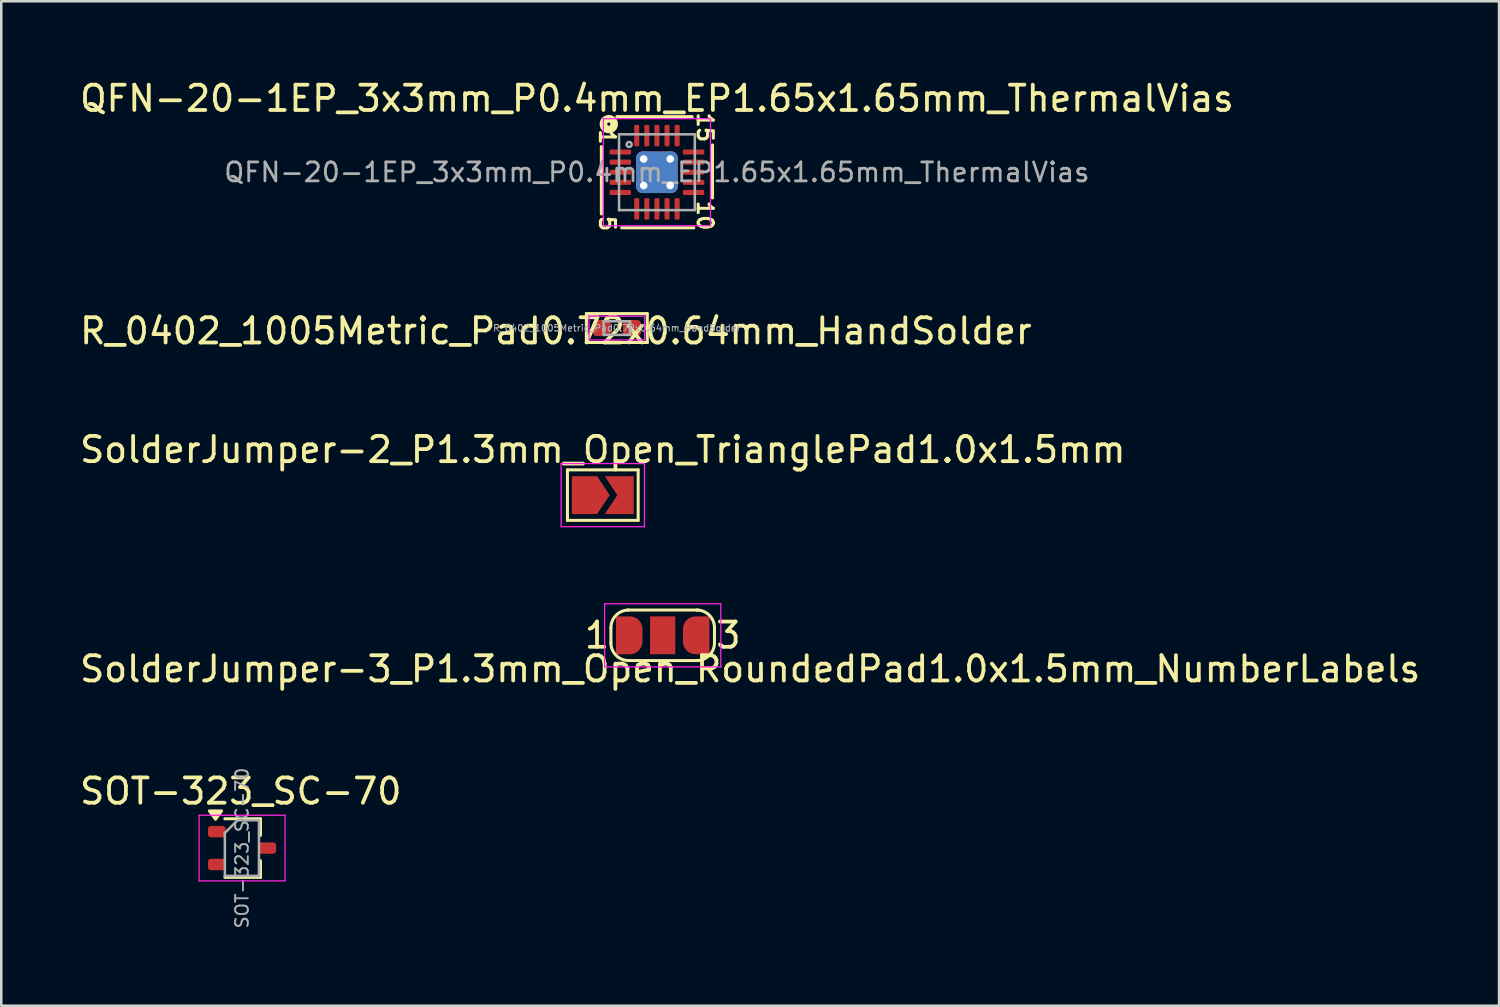
<source format=kicad_pcb>
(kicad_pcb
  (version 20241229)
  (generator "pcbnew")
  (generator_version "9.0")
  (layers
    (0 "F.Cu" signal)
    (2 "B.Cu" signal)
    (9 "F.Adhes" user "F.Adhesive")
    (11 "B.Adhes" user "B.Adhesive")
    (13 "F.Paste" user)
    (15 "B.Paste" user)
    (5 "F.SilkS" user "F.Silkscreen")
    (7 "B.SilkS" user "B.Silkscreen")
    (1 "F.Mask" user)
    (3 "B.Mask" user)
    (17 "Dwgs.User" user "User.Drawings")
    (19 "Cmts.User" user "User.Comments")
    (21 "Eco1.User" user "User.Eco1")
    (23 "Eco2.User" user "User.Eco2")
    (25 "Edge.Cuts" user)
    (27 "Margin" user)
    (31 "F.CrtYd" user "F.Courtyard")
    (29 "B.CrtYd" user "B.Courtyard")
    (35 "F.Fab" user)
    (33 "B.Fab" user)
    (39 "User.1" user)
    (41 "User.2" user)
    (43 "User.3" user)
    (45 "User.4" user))
  (footprint "SOT-323_SC-70"
    (layer "F.Cu")
    (at 6.532 30.525)
    (property "Reference" "SOT-323_SC-70" (at -0.05 -2.25 180) (layer "F.SilkS") (effects (font (size 1 1) (thickness 0.15))))
    (attr smd)
    (fp_line (start -0.68 -1.16) (end 0.73 -1.16) (stroke (width 0.12) (type solid)) (layer "F.SilkS"))
    (fp_line (start -0.68 1.16) (end 0.73 1.16) (stroke (width 0.12) (type solid)) (layer "F.SilkS"))
    (fp_line (start 0.73 -1.16) (end 0.73 -0.5) (stroke (width 0.12) (type solid)) (layer "F.SilkS"))
    (fp_line (start 0.73 0.5) (end 0.73 1.16) (stroke (width 0.12) (type solid)) (layer "F.SilkS"))
    (fp_poly (pts (xy -1.05 -1.14) (xy -1.29 -1.47) (xy -0.81 -1.47) (xy -1.05 -1.14)) (stroke (width 0.12) (type solid)) (fill yes) (layer "F.SilkS"))
    (fp_line (start -1.7 -1.3) (end 1.7 -1.3) (stroke (width 0.05) (type solid)) (layer "F.CrtYd"))
    (fp_line (start -1.7 1.3) (end -1.7 -1.3) (stroke (width 0.05) (type solid)) (layer "F.CrtYd"))
    (fp_line (start 1.7 -1.3) (end 1.7 1.3) (stroke (width 0.05) (type solid)) (layer "F.CrtYd"))
    (fp_line (start 1.7 1.3) (end -1.7 1.3) (stroke (width 0.05) (type solid)) (layer "F.CrtYd"))
    (fp_line (start -0.68 -0.6) (end -0.68 1.1) (stroke (width 0.1) (type solid)) (layer "F.Fab"))
    (fp_line (start -0.18 -1.1) (end -0.68 -0.6) (stroke (width 0.1) (type solid)) (layer "F.Fab"))
    (fp_line (start 0.67 -1.1) (end -0.18 -1.1) (stroke (width 0.1) (type solid)) (layer "F.Fab"))
    (fp_line (start 0.67 -1.1) (end 0.67 1.1) (stroke (width 0.1) (type solid)) (layer "F.Fab"))
    (fp_line (start 0.67 1.1) (end -0.68 1.1) (stroke (width 0.1) (type solid)) (layer "F.Fab"))
    (fp_text user "${REFERENCE}" (at 0 0 270) (layer "F.Fab") (effects (font (size 0.5 0.5) (thickness 0.075))))
    (pad "1" smd roundrect (at -1 -0.65 270) (size 0.45 0.7) (layers "F.Cu" "F.Mask" "F.Paste") (roundrect_rratio 0.25))
    (pad "2" smd roundrect (at -1 0.65 270) (size 0.45 0.7) (layers "F.Cu" "F.Mask" "F.Paste") (roundrect_rratio 0.25))
    (pad "3" smd roundrect (at 1 0 270) (size 0.45 0.7) (layers "F.Cu" "F.Mask" "F.Paste") (roundrect_rratio 0.25)))
  (footprint "SolderJumper-2_P1.3mm_Open_TrianglePad1.0x1.5mm"
    (layer "F.Cu")
    (at 20.815 16.552)
    (property "Reference" "SolderJumper-2_P1.3mm_Open_TrianglePad1.0x1.5mm" (at 0 -1.8 0) (layer "F.SilkS") (effects (font (size 1 1) (thickness 0.15))))
    (attr exclude_from_pos_files)
    (fp_line (start -1.4 -1) (end 1.4 -1) (stroke (width 0.12) (type solid)) (layer "F.SilkS"))
    (fp_line (start -1.4 1) (end -1.4 -1) (stroke (width 0.12) (type solid)) (layer "F.SilkS"))
    (fp_line (start 1.4 -1) (end 1.4 1) (stroke (width 0.12) (type solid)) (layer "F.SilkS"))
    (fp_line (start 1.4 1) (end -1.4 1) (stroke (width 0.12) (type solid)) (layer "F.SilkS"))
    (fp_line (start -1.65 -1.25) (end -1.65 1.25) (stroke (width 0.05) (type solid)) (layer "F.CrtYd"))
    (fp_line (start -1.65 -1.25) (end 1.65 -1.25) (stroke (width 0.05) (type solid)) (layer "F.CrtYd"))
    (fp_line (start 1.65 1.25) (end -1.65 1.25) (stroke (width 0.05) (type solid)) (layer "F.CrtYd"))
    (fp_line (start 1.65 1.25) (end 1.65 -1.25) (stroke (width 0.05) (type solid)) (layer "F.CrtYd"))
    (pad "1" smd custom (at -0.725 0) (size 0.3 0.3) (layers "F.Cu" "F.Mask") (options (anchor rect)) (primitives (gr_poly (pts (xy 1 0) (xy 0.5 0.75) (xy -0.5 0.75) (xy -0.5 -0.75) (xy 0.5 -0.75)) (width 0) (fill yes))))
    (pad "2" smd custom (at 0.725 0) (size 0.3 0.3) (layers "F.Cu" "F.Mask") (options (anchor rect)) (primitives (gr_poly (pts (xy 0.5 0.75) (xy -0.65 0.75) (xy -0.15 0) (xy -0.65 -0.75) (xy 0.5 -0.75)) (width 0) (fill yes)))))
  (footprint "QFN-20-1EP_3x3mm_P0.4mm_EP1.65x1.65mm_ThermalVias"
    (layer "F.Cu")
    (at 22.958 3.769)
    (property "Reference" "QFN-20-1EP_3x3mm_P0.4mm_EP1.65x1.65mm_ThermalVias" (at 0 -2.921 0) (layer "F.SilkS") (effects (font (size 1 1) (thickness 0.15))))
    (attr smd)
    (fp_line (start -2.2 -1.016) (end -2.2 1.651) (stroke (width 0.12) (type solid)) (layer "F.SilkS"))
    (fp_line (start -1.397 2.2) (end 1.46 2.2) (stroke (width 0.12) (type solid)) (layer "F.SilkS"))
    (fp_line (start 1.397 -2.2) (end -1.587 -2.2) (stroke (width 0.12) (type solid)) (layer "F.SilkS"))
    (fp_line (start 2.2 1.016) (end 2.2 -1.079) (stroke (width 0.12) (type solid)) (layer "F.SilkS"))
    (fp_circle (center -1.905 -1.905) (end -1.842 -1.905) (stroke (width 0.3) (type solid)) (fill no) (layer "F.SilkS"))
    (fp_line (start -2.12 -2.12) (end -2.12 2.12) (stroke (width 0.05) (type solid)) (layer "F.CrtYd"))
    (fp_line (start -2.12 2.12) (end 2.12 2.12) (stroke (width 0.05) (type solid)) (layer "F.CrtYd"))
    (fp_line (start 2.12 -2.12) (end -2.12 -2.12) (stroke (width 0.05) (type solid)) (layer "F.CrtYd"))
    (fp_line (start 2.12 2.12) (end 2.12 -2.12) (stroke (width 0.05) (type solid)) (layer "F.CrtYd"))
    (fp_line (start -1.5 -1.5) (end 1.5 -1.5) (stroke (width 0.1) (type solid)) (layer "F.Fab"))
    (fp_line (start -1.5 1.5) (end -1.5 -1.5) (stroke (width 0.1) (type solid)) (layer "F.Fab"))
    (fp_line (start 1.5 -1.5) (end 1.5 1.5) (stroke (width 0.1) (type solid)) (layer "F.Fab"))
    (fp_line (start 1.5 1.5) (end -1.5 1.5) (stroke (width 0.1) (type solid)) (layer "F.Fab"))
    (fp_circle (center -1.1 -1.1) (end -1 -1.1) (stroke (width 0.1) (type solid)) (fill no) (layer "F.Fab"))
    (fp_text user "5" (at -1.968 2.032 270) (unlocked yes) (layer "F.SilkS") (effects (font (size 0.6 0.6) (thickness 0.12))))
    (fp_text user "1" (at -1.968 -1.397 270) (unlocked yes) (layer "F.SilkS") (effects (font (size 0.6 0.6) (thickness 0.12))))
    (fp_text user "10" (at 1.905 1.714 270) (unlocked yes) (layer "F.SilkS") (effects (font (size 0.6 0.6) (thickness 0.12))))
    (fp_text user "15" (at 1.905 -1.778 270) (unlocked yes) (layer "F.SilkS") (effects (font (size 0.6 0.6) (thickness 0.12))))
    (fp_text user "${REFERENCE}" (at 0 0 0) (layer "F.Fab") (effects (font (size 0.75 0.75) (thickness 0.11))))
    (pad "" smd roundrect (at -0.41 -0.41) (size 0.69 0.69) (layers "F.Paste") (roundrect_rratio 0.25))
    (pad "" smd roundrect (at -0.41 0.41) (size 0.69 0.69) (layers "F.Paste") (roundrect_rratio 0.25))
    (pad "" smd roundrect (at 0.41 -0.41) (size 0.69 0.69) (layers "F.Paste") (roundrect_rratio 0.25))
    (pad "" smd roundrect (at 0.41 0.41) (size 0.69 0.69) (layers "F.Paste") (roundrect_rratio 0.25))
    (pad "1" smd roundrect (at -1.45 -0.8) (size 0.85 0.2) (layers "F.Cu" "F.Mask" "F.Paste") (roundrect_rratio 0.25))
    (pad "2" smd roundrect (at -1.45 -0.4) (size 0.85 0.2) (layers "F.Cu" "F.Mask" "F.Paste") (roundrect_rratio 0.25))
    (pad "3" smd roundrect (at -1.45 0) (size 0.85 0.2) (layers "F.Cu" "F.Mask" "F.Paste") (roundrect_rratio 0.25))
    (pad "4" smd roundrect (at -1.45 0.4) (size 0.85 0.2) (layers "F.Cu" "F.Mask" "F.Paste") (roundrect_rratio 0.25))
    (pad "5" smd roundrect (at -1.45 0.8) (size 0.85 0.2) (layers "F.Cu" "F.Mask" "F.Paste") (roundrect_rratio 0.25))
    (pad "6" smd roundrect (at -0.8 1.45) (size 0.2 0.85) (layers "F.Cu" "F.Mask" "F.Paste") (roundrect_rratio 0.25))
    (pad "7" smd roundrect (at -0.4 1.45) (size 0.2 0.85) (layers "F.Cu" "F.Mask" "F.Paste") (roundrect_rratio 0.25))
    (pad "8" smd roundrect (at 0 1.45) (size 0.2 0.85) (layers "F.Cu" "F.Mask" "F.Paste") (roundrect_rratio 0.25))
    (pad "9" smd roundrect (at 0.4 1.45) (size 0.2 0.85) (layers "F.Cu" "F.Mask" "F.Paste") (roundrect_rratio 0.25))
    (pad "10" smd roundrect (at 0.8 1.45) (size 0.2 0.85) (layers "F.Cu" "F.Mask" "F.Paste") (roundrect_rratio 0.25))
    (pad "11" smd roundrect (at 1.45 0.8) (size 0.85 0.2) (layers "F.Cu" "F.Mask" "F.Paste") (roundrect_rratio 0.25))
    (pad "12" smd roundrect (at 1.45 0.4) (size 0.85 0.2) (layers "F.Cu" "F.Mask" "F.Paste") (roundrect_rratio 0.25))
    (pad "13" smd roundrect (at 1.45 0) (size 0.85 0.2) (layers "F.Cu" "F.Mask" "F.Paste") (roundrect_rratio 0.25))
    (pad "14" smd roundrect (at 1.45 -0.4) (size 0.85 0.2) (layers "F.Cu" "F.Mask" "F.Paste") (roundrect_rratio 0.25))
    (pad "15" smd roundrect (at 1.45 -0.8) (size 0.85 0.2) (layers "F.Cu" "F.Mask" "F.Paste") (roundrect_rratio 0.25))
    (pad "16" smd roundrect (at 0.8 -1.45) (size 0.2 0.85) (layers "F.Cu" "F.Mask" "F.Paste") (roundrect_rratio 0.25))
    (pad "17" smd roundrect (at 0.4 -1.45) (size 0.2 0.85) (layers "F.Cu" "F.Mask" "F.Paste") (roundrect_rratio 0.25))
    (pad "18" smd roundrect (at 0 -1.45) (size 0.2 0.85) (layers "F.Cu" "F.Mask" "F.Paste") (roundrect_rratio 0.25))
    (pad "19" smd roundrect (at -0.4 -1.45) (size 0.2 0.85) (layers "F.Cu" "F.Mask" "F.Paste") (roundrect_rratio 0.25))
    (pad "20" smd roundrect (at -0.8 -1.45) (size 0.2 0.85) (layers "F.Cu" "F.Mask" "F.Paste") (roundrect_rratio 0.25))
    (pad "21" thru_hole circle (at -0.525 -0.525) (size 0.6 0.6) (drill 0.3) (property pad_prop_heatsink) (layers "*.Cu"))
    (pad "21" thru_hole circle (at -0.525 0.525) (size 0.6 0.6) (drill 0.3) (property pad_prop_heatsink) (layers "*.Cu"))
    (pad "21" smd roundrect (at 0 0) (size 1.65 1.65) (layers "F.Cu" "F.Mask") (roundrect_rratio 0.152))
    (pad "21" smd roundrect (at 0 0) (size 1.65 1.65) (layers "B.Cu" "B.Mask") (roundrect_rratio 0.152))
    (pad "21" thru_hole circle (at 0.525 -0.525) (size 0.6 0.6) (drill 0.3) (property pad_prop_heatsink) (layers "*.Cu"))
    (pad "21" thru_hole circle (at 0.525 0.525) (size 0.6 0.6) (drill 0.3) (property pad_prop_heatsink) (layers "*.Cu")))
  (footprint "SolderJumper-3_P1.3mm_Open_RoundedPad1.0x1.5mm_NumberLabels"
    (layer "F.Cu")
    (at 23.186 22.102)
    (property "Reference" "SolderJumper-3_P1.3mm_Open_RoundedPad1.0x1.5mm_NumberLabels" (at 3.462 1.333 0) (layer "F.SilkS") (effects (font (size 1 1) (thickness 0.15))))
    (attr exclude_from_pos_files exclude_from_bom)
    (fp_line (start -2.05 0.3) (end -2.05 -0.3) (stroke (width 0.12) (type solid)) (layer "F.SilkS"))
    (fp_line (start -1.4 -1) (end 1.4 -1) (stroke (width 0.12) (type solid)) (layer "F.SilkS"))
    (fp_line (start 1.4 1) (end -1.4 1) (stroke (width 0.12) (type solid)) (layer "F.SilkS"))
    (fp_line (start 2.05 -0.3) (end 2.05 0.3) (stroke (width 0.12) (type solid)) (layer "F.SilkS"))
    (fp_arc (start -2.05 -0.3) (mid -1.844975 -0.794975) (end -1.35 -1) (stroke (width 0.12) (type solid)) (layer "F.SilkS"))
    (fp_arc (start -1.35 1) (mid -1.844975 0.794975) (end -2.05 0.3) (stroke (width 0.12) (type solid)) (layer "F.SilkS"))
    (fp_arc (start 1.35 -1) (mid 1.844975 -0.794975) (end 2.05 -0.3) (stroke (width 0.12) (type solid)) (layer "F.SilkS"))
    (fp_arc (start 2.05 0.3) (mid 1.844975 0.794975) (end 1.35 1) (stroke (width 0.12) (type solid)) (layer "F.SilkS"))
    (fp_line (start -2.3 -1.25) (end -2.3 1.25) (stroke (width 0.05) (type solid)) (layer "F.CrtYd"))
    (fp_line (start -2.3 -1.25) (end 2.3 -1.25) (stroke (width 0.05) (type solid)) (layer "F.CrtYd"))
    (fp_line (start 2.3 1.25) (end -2.3 1.25) (stroke (width 0.05) (type solid)) (layer "F.CrtYd"))
    (fp_line (start 2.3 1.25) (end 2.3 -1.25) (stroke (width 0.05) (type solid)) (layer "F.CrtYd"))
    (fp_text user "3" (at 2.6 0 0) (layer "F.SilkS") (effects (font (size 1 1) (thickness 0.15))))
    (fp_text user "1" (at -2.6 0 0) (layer "F.SilkS") (effects (font (size 1 1) (thickness 0.15))))
    (pad "1" smd custom (at -1.3 0 180) (size 1 0.5) (layers "F.Cu" "F.Mask") (options (anchor rect)) (primitives (gr_circle (center 0 0.25) (end 0.5 0.25) (width 0) (fill yes)) (gr_circle (center 0 -0.25) (end 0.5 -0.25) (width 0) (fill yes)) (gr_poly (pts (xy 0.55 0.75) (xy 0 0.75) (xy 0 -0.75) (xy 0.55 -0.75)) (width 0) (fill yes))))
    (pad "2" smd rect (at 0 0 180) (size 1 1.5) (layers "F.Cu" "F.Mask"))
    (pad "3" smd custom (at 1.3 0 180) (size 1 0.5) (layers "F.Cu" "F.Mask") (options (anchor rect)) (primitives (gr_circle (center 0 0.25) (end 0.5 0.25) (width 0) (fill yes)) (gr_circle (center 0 -0.25) (end 0.5 -0.25) (width 0) (fill yes)) (gr_poly (pts (xy 0 0.75) (xy -0.55 0.75) (xy -0.55 -0.75) (xy 0 -0.75)) (width 0) (fill yes)))))
  (footprint "R_0402_1005Metric_Pad0.72x0.64mm_HandSolder"
    (layer "F.Cu")
    (at 21.371 9.938)
    (property "Reference" "R_0402_1005Metric_Pad0.72x0.64mm_HandSolder" (at -2.413 0.117 0) (layer "F.SilkS") (effects (font (size 1 1) (thickness 0.15))))
    (attr smd)
    (fp_line (start -1.206 -0.572) (end -1.206 0.572) (stroke (width 0.12) (type solid)) (layer "F.SilkS"))
    (fp_line (start -1.206 0.572) (end 1.206 0.572) (stroke (width 0.12) (type solid)) (layer "F.SilkS"))
    (fp_line (start 1.206 -0.572) (end -1.206 -0.572) (stroke (width 0.12) (type solid)) (layer "F.SilkS"))
    (fp_line (start 1.206 0.572) (end 1.206 -0.572) (stroke (width 0.12) (type solid)) (layer "F.SilkS"))
    (fp_line (start -1.1 -0.47) (end 1.1 -0.47) (stroke (width 0.05) (type solid)) (layer "F.CrtYd"))
    (fp_line (start -1.1 0.47) (end -1.1 -0.47) (stroke (width 0.05) (type solid)) (layer "F.CrtYd"))
    (fp_line (start 1.1 -0.47) (end 1.1 0.47) (stroke (width 0.05) (type solid)) (layer "F.CrtYd"))
    (fp_line (start 1.1 0.47) (end -1.1 0.47) (stroke (width 0.05) (type solid)) (layer "F.CrtYd"))
    (fp_line (start -0.525 -0.27) (end 0.525 -0.27) (stroke (width 0.1) (type solid)) (layer "F.Fab"))
    (fp_line (start -0.525 0.27) (end -0.525 -0.27) (stroke (width 0.1) (type solid)) (layer "F.Fab"))
    (fp_line (start 0.525 -0.27) (end 0.525 0.27) (stroke (width 0.1) (type solid)) (layer "F.Fab"))
    (fp_line (start 0.525 0.27) (end -0.525 0.27) (stroke (width 0.1) (type solid)) (layer "F.Fab"))
    (fp_text user "${REFERENCE}" (at 0 0 0) (layer "F.Fab") (effects (font (size 0.26 0.26) (thickness 0.04))))
    (pad "1" smd roundrect (at -0.598 0) (size 0.715 0.64) (layers "F.Cu" "F.Mask" "F.Paste") (roundrect_rratio 0.25))
    (pad "2" smd roundrect (at 0.598 0) (size 0.715 0.64) (layers "F.Cu" "F.Mask" "F.Paste") (roundrect_rratio 0.25)))
  (gr_rect
    (start -3 -3)
    (end 56.298 36.766)
    (stroke (width 0.1) (type default))
    (fill no)
    (layer "Edge.Cuts")))
</source>
